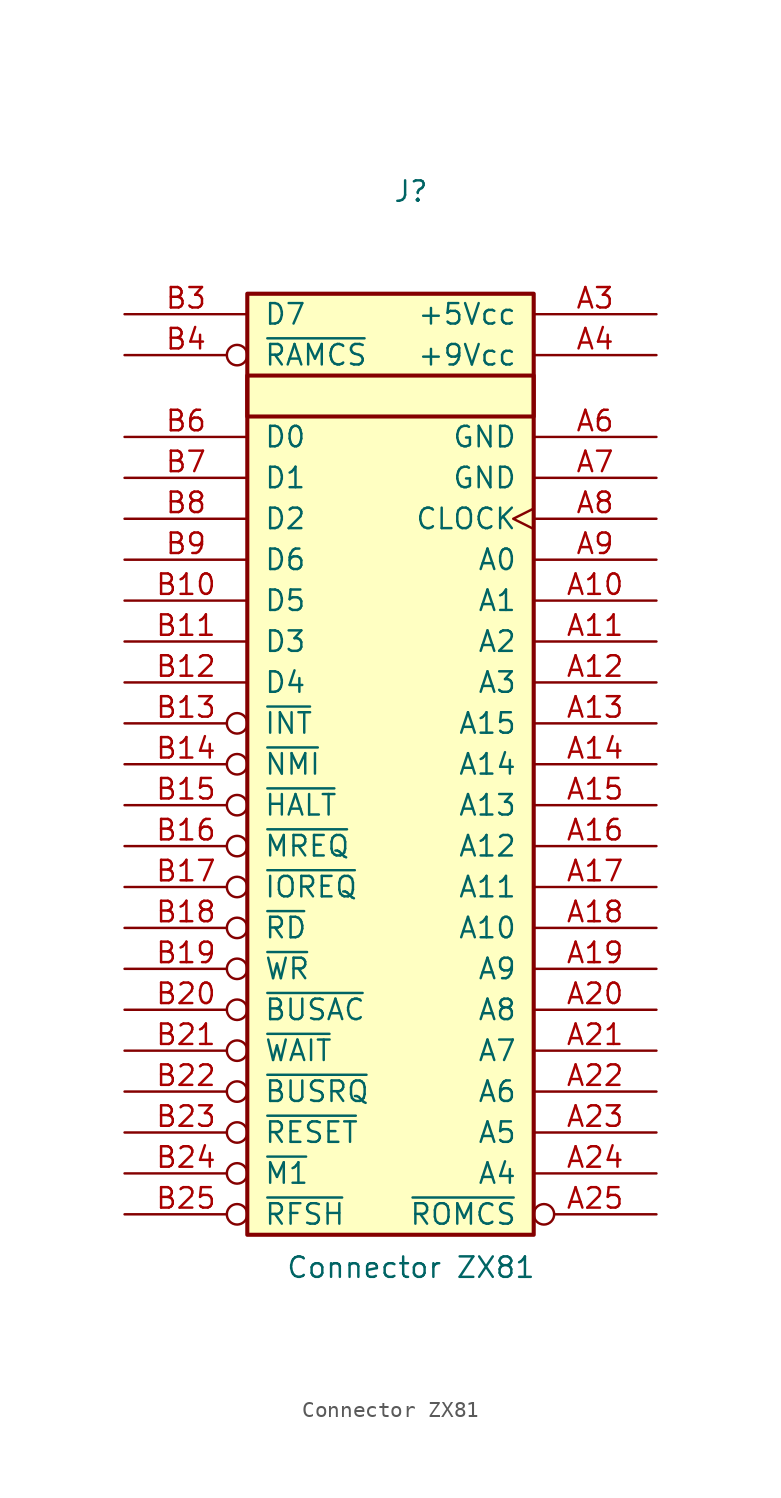
<source format=kicad_sym>
(kicad_symbol_lib
  (version 20231120)
  (generator "kicad_symbol_editor")
  (generator_version "8.0")
  (symbol "Connector ZX81"
    (pin_names
      (offset 1.016))
    (property "Reference" "J"
      (at 1.27 36.83 0)
      (effects (font (size 1.27 1.27))))
    (property "Value" "Connector ZX81"
      (at 1.27 -29.972 0)
      (effects (font (size 1.27 1.27))))
    (symbol "Connector ZX81_1_1"
      (rectangle (start -8.89 25.4) (end 8.89 22.86) (stroke (width 0.254) (type default)) (fill (type none)))
      (rectangle (start -8.89 30.48) (end 8.89 -27.94) (stroke (width 0.254) (type default)) (fill (type background)))
      (pin bidirectional line (at 16.51 11.43 180) (length 7.62) (name "A1" (effects (font (size 1.27 1.27)))) (number "A10" (effects (font (size 1.27 1.27)))))
      (pin bidirectional line (at 16.51 8.89 180) (length 7.62) (name "A2" (effects (font (size 1.27 1.27)))) (number "A11" (effects (font (size 1.27 1.27)))))
      (pin bidirectional line (at 16.51 6.35 180) (length 7.62) (name "A3" (effects (font (size 1.27 1.27)))) (number "A12" (effects (font (size 1.27 1.27)))))
      (pin bidirectional line (at 16.51 3.81 180) (length 7.62) (name "A15" (effects (font (size 1.27 1.27)))) (number "A13" (effects (font (size 1.27 1.27)))))
      (pin bidirectional line (at 16.51 1.27 180) (length 7.62) (name "A14" (effects (font (size 1.27 1.27)))) (number "A14" (effects (font (size 1.27 1.27)))))
      (pin bidirectional line (at 16.51 -1.27 180) (length 7.62) (name "A13" (effects (font (size 1.27 1.27)))) (number "A15" (effects (font (size 1.27 1.27)))))
      (pin bidirectional line (at 16.51 -3.81 180) (length 7.62) (name "A12" (effects (font (size 1.27 1.27)))) (number "A16" (effects (font (size 1.27 1.27)))))
      (pin bidirectional line (at 16.51 -6.35 180) (length 7.62) (name "A11" (effects (font (size 1.27 1.27)))) (number "A17" (effects (font (size 1.27 1.27)))))
      (pin bidirectional line (at 16.51 -8.89 180) (length 7.62) (name "A10" (effects (font (size 1.27 1.27)))) (number "A18" (effects (font (size 1.27 1.27)))))
      (pin bidirectional line (at 16.51 -11.43 180) (length 7.62) (name "A9" (effects (font (size 1.27 1.27)))) (number "A19" (effects (font (size 1.27 1.27)))))
      (pin bidirectional line (at 16.51 -13.97 180) (length 7.62) (name "A8" (effects (font (size 1.27 1.27)))) (number "A20" (effects (font (size 1.27 1.27)))))
      (pin bidirectional line (at 16.51 -16.51 180) (length 7.62) (name "A7" (effects (font (size 1.27 1.27)))) (number "A21" (effects (font (size 1.27 1.27)))))
      (pin bidirectional line (at 16.51 -19.05 180) (length 7.62) (name "A6" (effects (font (size 1.27 1.27)))) (number "A22" (effects (font (size 1.27 1.27)))))
      (pin bidirectional line (at 16.51 -21.59 180) (length 7.62) (name "A5" (effects (font (size 1.27 1.27)))) (number "A23" (effects (font (size 1.27 1.27)))))
      (pin bidirectional line (at 16.51 -24.13 180) (length 7.62) (name "A4" (effects (font (size 1.27 1.27)))) (number "A24" (effects (font (size 1.27 1.27)))))
      (pin bidirectional inverted (at 16.51 -26.67 180) (length 7.62) (name "~{ROMCS}" (effects (font (size 1.27 1.27)))) (number "A25" (effects (font (size 1.27 1.27)))))
      (pin bidirectional line (at 16.51 29.21 180) (length 7.62) (name "+5Vcc" (effects (font (size 1.27 1.27)))) (number "A3" (effects (font (size 1.27 1.27)))))
      (pin bidirectional line (at 16.51 26.67 180) (length 7.62) (name "+9Vcc" (effects (font (size 1.27 1.27)))) (number "A4" (effects (font (size 1.27 1.27)))))
      (pin bidirectional line (at 16.51 21.59 180) (length 7.62) (name "GND" (effects (font (size 1.27 1.27)))) (number "A6" (effects (font (size 1.27 1.27)))))
      (pin bidirectional line (at 16.51 19.05 180) (length 7.62) (name "GND" (effects (font (size 1.27 1.27)))) (number "A7" (effects (font (size 1.27 1.27)))))
      (pin bidirectional clock (at 16.51 16.51 180) (length 7.62) (name "CLOCK" (effects (font (size 1.27 1.27)))) (number "A8" (effects (font (size 1.27 1.27)))))
      (pin bidirectional line (at 16.51 13.97 180) (length 7.62) (name "A0" (effects (font (size 1.27 1.27)))) (number "A9" (effects (font (size 1.27 1.27)))))
      (pin bidirectional line (at -16.51 11.43 0) (length 7.62) (name "D5" (effects (font (size 1.27 1.27)))) (number "B10" (effects (font (size 1.27 1.27)))))
      (pin bidirectional line (at -16.51 8.89 0) (length 7.62) (name "D3" (effects (font (size 1.27 1.27)))) (number "B11" (effects (font (size 1.27 1.27)))))
      (pin bidirectional line (at -16.51 6.35 0) (length 7.62) (name "D4" (effects (font (size 1.27 1.27)))) (number "B12" (effects (font (size 1.27 1.27)))))
      (pin bidirectional inverted (at -16.51 3.81 0) (length 7.62) (name "~{INT}" (effects (font (size 1.27 1.27)))) (number "B13" (effects (font (size 1.27 1.27)))))
      (pin bidirectional inverted (at -16.51 1.27 0) (length 7.62) (name "~{NMI}" (effects (font (size 1.27 1.27)))) (number "B14" (effects (font (size 1.27 1.27)))))
      (pin bidirectional inverted (at -16.51 -1.27 0) (length 7.62) (name "~{HALT}" (effects (font (size 1.27 1.27)))) (number "B15" (effects (font (size 1.27 1.27)))))
      (pin bidirectional inverted (at -16.51 -3.81 0) (length 7.62) (name "~{MREQ}" (effects (font (size 1.27 1.27)))) (number "B16" (effects (font (size 1.27 1.27)))))
      (pin bidirectional inverted (at -16.51 -6.35 0) (length 7.62) (name "~{IOREQ}" (effects (font (size 1.27 1.27)))) (number "B17" (effects (font (size 1.27 1.27)))))
      (pin bidirectional inverted (at -16.51 -8.89 0) (length 7.62) (name "~{RD}" (effects (font (size 1.27 1.27)))) (number "B18" (effects (font (size 1.27 1.27)))))
      (pin bidirectional inverted (at -16.51 -11.43 0) (length 7.62) (name "~{WR}" (effects (font (size 1.27 1.27)))) (number "B19" (effects (font (size 1.27 1.27)))))
      (pin bidirectional inverted (at -16.51 -13.97 0) (length 7.62) (name "~{BUSAC}" (effects (font (size 1.27 1.27)))) (number "B20" (effects (font (size 1.27 1.27)))))
      (pin bidirectional inverted (at -16.51 -16.51 0) (length 7.62) (name "~{WAIT}" (effects (font (size 1.27 1.27)))) (number "B21" (effects (font (size 1.27 1.27)))))
      (pin bidirectional inverted (at -16.51 -19.05 0) (length 7.62) (name "~{BUSRQ}" (effects (font (size 1.27 1.27)))) (number "B22" (effects (font (size 1.27 1.27)))))
      (pin bidirectional inverted (at -16.51 -21.59 0) (length 7.62) (name "~{RESET}" (effects (font (size 1.27 1.27)))) (number "B23" (effects (font (size 1.27 1.27)))))
      (pin bidirectional inverted (at -16.51 -24.13 0) (length 7.62) (name "~{M1}" (effects (font (size 1.27 1.27)))) (number "B24" (effects (font (size 1.27 1.27)))))
      (pin bidirectional inverted (at -16.51 -26.67 0) (length 7.62) (name "~{RFSH}" (effects (font (size 1.27 1.27)))) (number "B25" (effects (font (size 1.27 1.27)))))
      (pin bidirectional line (at -16.51 29.21 0) (length 7.62) (name "D7" (effects (font (size 1.27 1.27)))) (number "B3" (effects (font (size 1.27 1.27)))))
      (pin input inverted (at -16.51 26.67 0) (length 7.62) (name "~{RAMCS}" (effects (font (size 1.27 1.27)))) (number "B4" (effects (font (size 1.27 1.27)))))
      (pin bidirectional line (at -16.51 21.59 0) (length 7.62) (name "D0" (effects (font (size 1.27 1.27)))) (number "B6" (effects (font (size 1.27 1.27)))))
      (pin bidirectional line (at -16.51 19.05 0) (length 7.62) (name "D1" (effects (font (size 1.27 1.27)))) (number "B7" (effects (font (size 1.27 1.27)))))
      (pin bidirectional line (at -16.51 16.51 0) (length 7.62) (name "D2" (effects (font (size 1.27 1.27)))) (number "B8" (effects (font (size 1.27 1.27)))))
      (pin bidirectional line (at -16.51 13.97 0) (length 7.62) (name "D6" (effects (font (size 1.27 1.27)))) (number "B9" (effects (font (size 1.27 1.27))))))))
</source>
